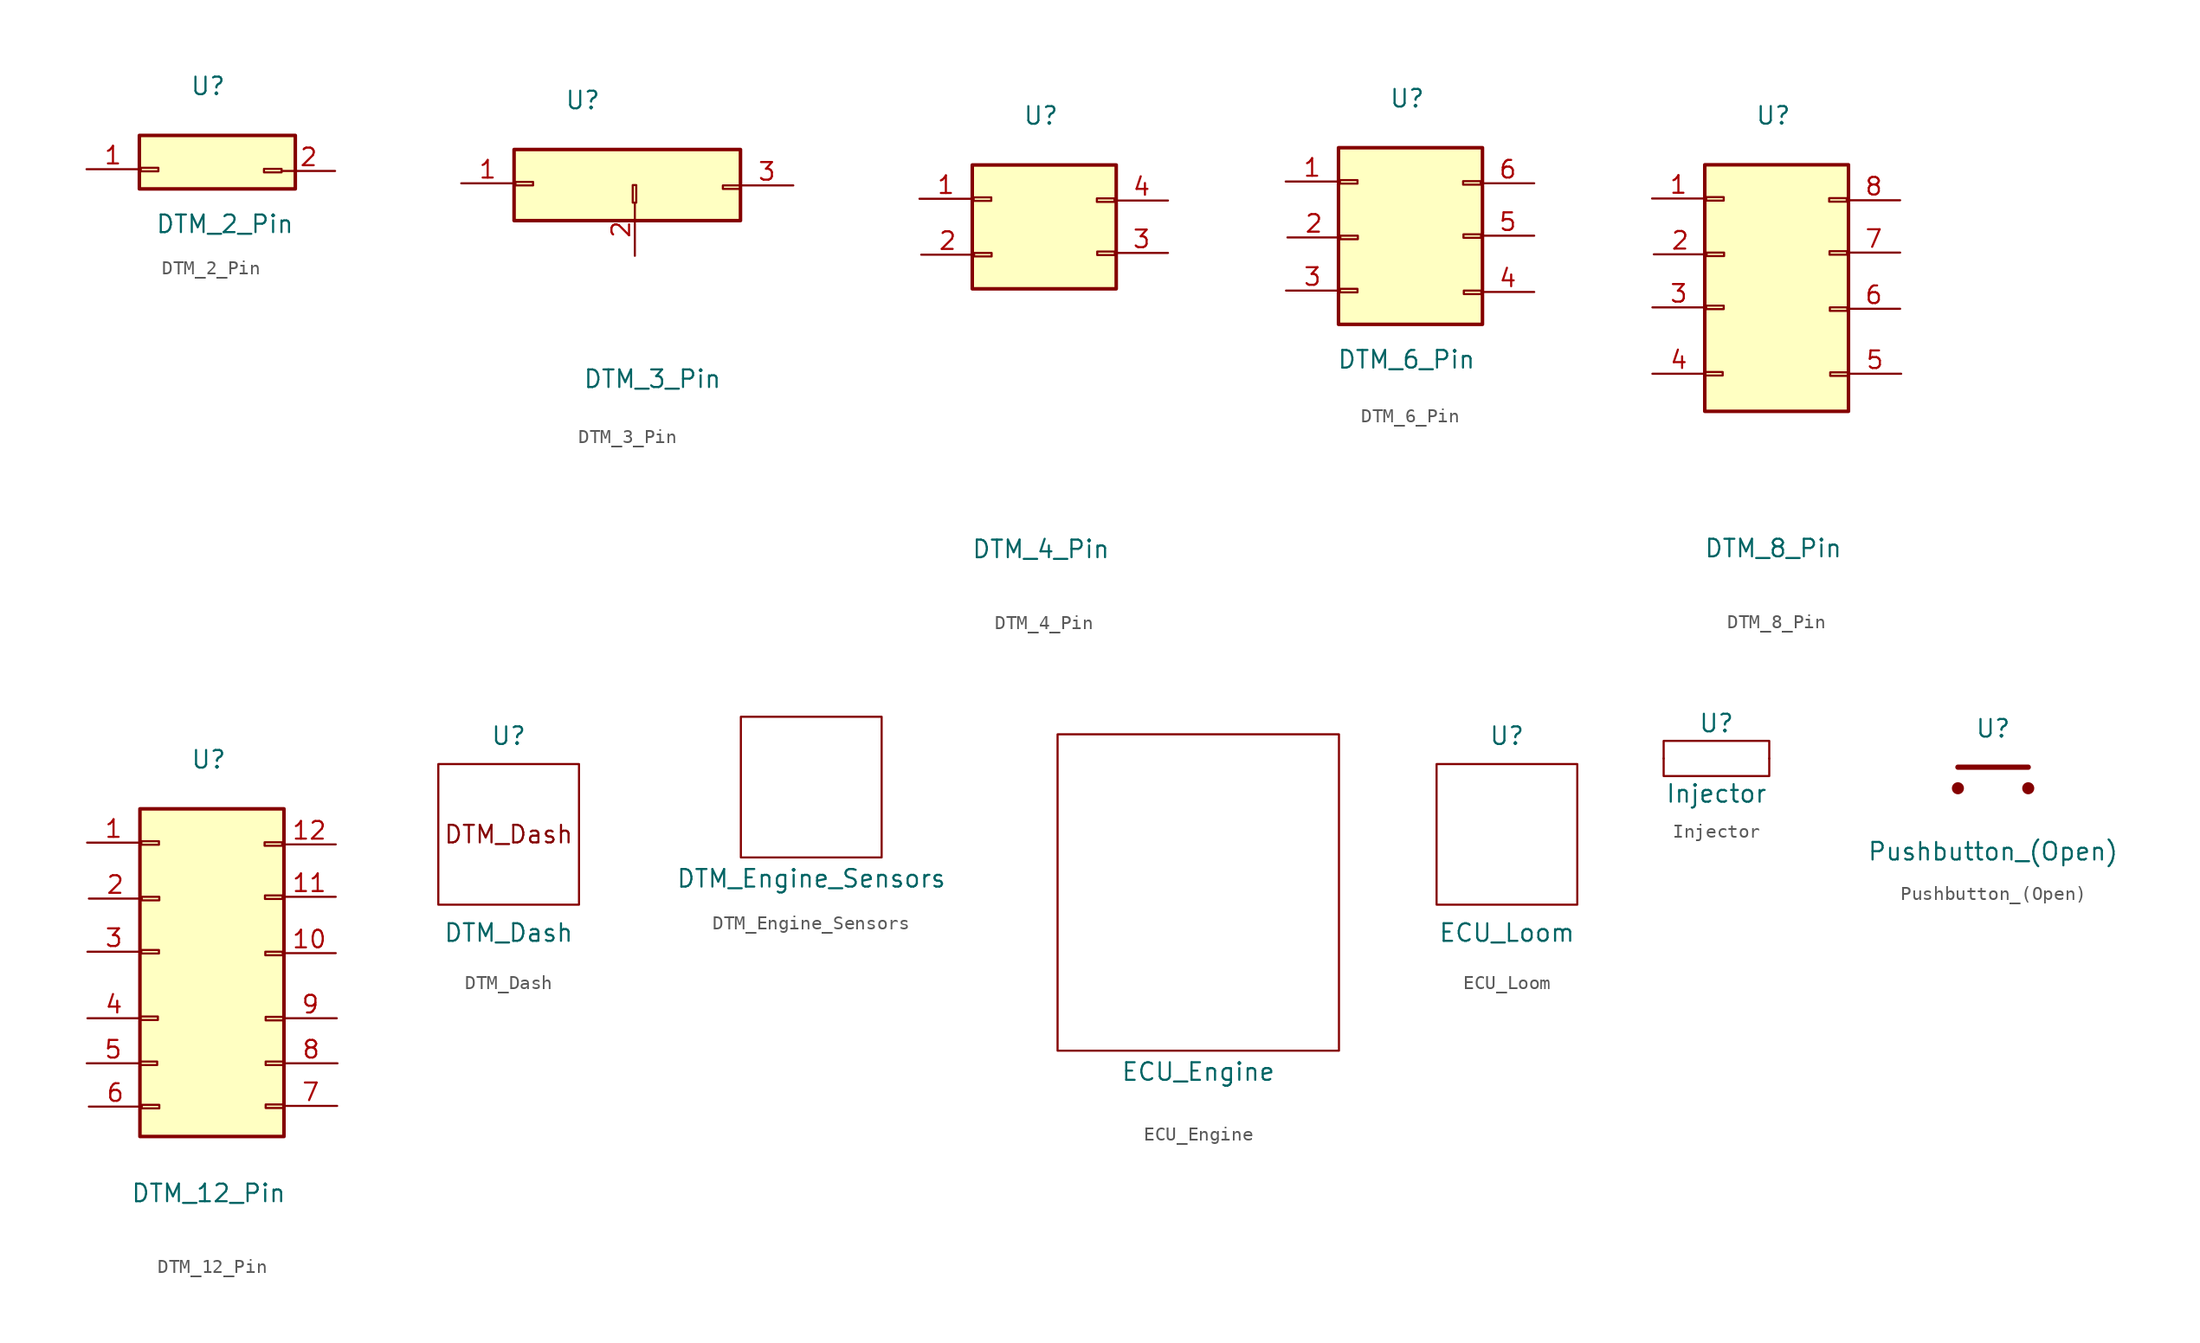
<source format=kicad_sym>
(kicad_symbol_lib
  (version 20220914)
  (generator kicad_symbol_editor)
  (symbol "DTM_2_Pin"
    (pin_names hide)
    (property "Reference" "U"
      (at 0.051 16.307 0)
      (effects (font (size 1.27 1.27))))
    (property "Value" "DTM_2_Pin"
      (at 1.27 6.35 0)
      (effects (font (size 1.27 1.27))))
    (symbol "DTM_2_Pin_1_1"
      (rectangle (start -4.902 12.751) (end 6.35 8.89) (stroke (width 0.254) (type default)) (fill (type background)))
      (rectangle (start -4.801 10.414) (end -3.531 10.16) (stroke (width 0.152) (type default)) (fill (type none)))
      (rectangle (start 5.359 10.338) (end 4.089 10.084) (stroke (width 0.152) (type default)) (fill (type none)))
      (pin passive line (at -8.712 10.312 0) (length 3.81) (name "Pin_1" (effects (font (size 1.27 1.27)))) (number "1" (effects (font (size 1.27 1.27)))))
      (pin passive line (at 9.22 10.185 180) (length 3.81) (name "Pin_2" (effects (font (size 1.27 1.27)))) (number "2" (effects (font (size 1.27 1.27)))))))
  (symbol "DTM_3_Pin"
    (pin_names hide)
    (property "Reference" "U"
      (at 0.051 16.307 0)
      (effects (font (size 1.27 1.27))))
    (property "Value" "DTM_3_Pin"
      (at 5.08 -3.81 0)
      (effects (font (size 1.27 1.27))))
    (symbol "DTM_3_Pin_1_1"
      (rectangle (start -4.902 12.751) (end 11.43 7.62) (stroke (width 0.254) (type default)) (fill (type background)))
      (rectangle (start -4.801 10.414) (end -3.531 10.16) (stroke (width 0.152) (type default)) (fill (type none)))
      (rectangle (start 3.912 8.915) (end 3.658 10.185) (stroke (width 0.152) (type default)) (fill (type none)))
      (rectangle (start 10.16 10.16) (end 11.43 9.906) (stroke (width 0.152) (type default)) (fill (type none)))
      (pin passive line (at -8.712 10.312 0) (length 3.81) (name "Pin_1" (effects (font (size 1.27 1.27)))) (number "1" (effects (font (size 1.27 1.27)))))
      (pin passive line (at 3.81 5.08 90) (length 3.81) (name "Pin_2" (effects (font (size 1.27 1.27)))) (number "2" (effects (font (size 1.27 1.27)))))
      (pin passive line (at 15.24 10.16 180) (length 3.81) (name "Pin_3" (effects (font (size 1.27 1.27)))) (number "3" (effects (font (size 1.27 1.27)))))))
  (symbol "DTM_4_Pin"
    (pin_names hide)
    (property "Reference" "U"
      (at 0.051 16.307 0)
      (effects (font (size 1.27 1.27))))
    (property "Value" "DTM_4_Pin"
      (at 0.051 -14.986 0)
      (effects (font (size 1.27 1.27))))
    (symbol "DTM_4_Pin_1_1"
      (rectangle (start -4.902 12.751) (end 5.486 3.81) (stroke (width 0.254) (type default)) (fill (type background)))
      (rectangle (start -4.801 10.414) (end -3.531 10.16) (stroke (width 0.152) (type default)) (fill (type none)))
      (rectangle (start -4.775 6.401) (end -3.505 6.147) (stroke (width 0.152) (type default)) (fill (type none)))
      (rectangle (start 5.359 10.338) (end 4.089 10.084) (stroke (width 0.152) (type default)) (fill (type none)))
      (rectangle (start 5.385 6.502) (end 4.115 6.248) (stroke (width 0.152) (type default)) (fill (type none)))
      (pin passive line (at -8.712 10.312 0) (length 3.81) (name "Pin_1" (effects (font (size 1.27 1.27)))) (number "1" (effects (font (size 1.27 1.27)))))
      (pin passive line (at -8.585 6.274 0) (length 3.81) (name "Pin_2" (effects (font (size 1.27 1.27)))) (number "2" (effects (font (size 1.27 1.27)))))
      (pin passive line (at 9.22 6.401 180) (length 3.81) (name "Pin_3" (effects (font (size 1.27 1.27)))) (number "3" (effects (font (size 1.27 1.27)))))
      (pin passive line (at 9.22 10.185 180) (length 3.81) (name "Pin_4" (effects (font (size 1.27 1.27)))) (number "4" (effects (font (size 1.27 1.27)))))))
  (symbol "DTM_6_Pin"
    (pin_names hide)
    (property "Reference" "U"
      (at 0.051 16.307 0)
      (effects (font (size 1.27 1.27))))
    (property "Value" "DTM_6_Pin"
      (at 0 -2.54 0)
      (effects (font (size 1.27 1.27))))
    (symbol "DTM_6_Pin_1_1"
      (rectangle (start -4.902 12.751) (end 5.486 0) (stroke (width 0.254) (type default)) (fill (type background)))
      (rectangle (start -4.801 2.565) (end -3.531 2.311) (stroke (width 0.152) (type default)) (fill (type none)))
      (rectangle (start -4.801 10.414) (end -3.531 10.16) (stroke (width 0.152) (type default)) (fill (type none)))
      (rectangle (start -4.775 6.401) (end -3.505 6.147) (stroke (width 0.152) (type default)) (fill (type none)))
      (rectangle (start 5.359 10.338) (end 4.089 10.084) (stroke (width 0.152) (type default)) (fill (type none)))
      (rectangle (start 5.385 6.502) (end 4.115 6.248) (stroke (width 0.152) (type default)) (fill (type none)))
      (rectangle (start 5.41 2.438) (end 4.14 2.184) (stroke (width 0.152) (type default)) (fill (type none)))
      (pin passive line (at -8.712 10.312 0) (length 3.81) (name "Pin_1" (effects (font (size 1.27 1.27)))) (number "1" (effects (font (size 1.27 1.27)))))
      (pin passive line (at -8.585 6.274 0) (length 3.81) (name "Pin_2" (effects (font (size 1.27 1.27)))) (number "2" (effects (font (size 1.27 1.27)))))
      (pin passive line (at -8.687 2.438 0) (length 3.81) (name "Pin_3" (effects (font (size 1.27 1.27)))) (number "3" (effects (font (size 1.27 1.27)))))
      (pin passive line (at 9.22 2.337 180) (length 3.81) (name "Pin_4" (effects (font (size 1.27 1.27)))) (number "4" (effects (font (size 1.27 1.27)))))
      (pin passive line (at 9.22 6.401 180) (length 3.81) (name "Pin_5" (effects (font (size 1.27 1.27)))) (number "5" (effects (font (size 1.27 1.27)))))
      (pin passive line (at 9.22 10.185 180) (length 3.81) (name "Pin_6" (effects (font (size 1.27 1.27)))) (number "6" (effects (font (size 1.27 1.27)))))))
  (symbol "DTM_8_Pin"
    (pin_names hide)
    (property "Reference" "U"
      (at 0.051 16.307 0)
      (effects (font (size 1.27 1.27))))
    (property "Value" "DTM_8_Pin"
      (at 0.051 -14.986 0)
      (effects (font (size 1.27 1.27))))
    (symbol "DTM_8_Pin_1_1"
      (rectangle (start -4.902 12.751) (end 5.486 -5.08) (stroke (width 0.254) (type default)) (fill (type background)))
      (rectangle (start -4.877 -2.235) (end -3.607 -2.489) (stroke (width 0.152) (type default)) (fill (type none)))
      (rectangle (start -4.801 2.565) (end -3.531 2.311) (stroke (width 0.152) (type default)) (fill (type none)))
      (rectangle (start -4.801 10.414) (end -3.531 10.16) (stroke (width 0.152) (type default)) (fill (type none)))
      (rectangle (start -4.775 6.401) (end -3.505 6.147) (stroke (width 0.152) (type default)) (fill (type none)))
      (rectangle (start 5.359 10.338) (end 4.089 10.084) (stroke (width 0.152) (type default)) (fill (type none)))
      (rectangle (start 5.385 6.502) (end 4.115 6.248) (stroke (width 0.152) (type default)) (fill (type none)))
      (rectangle (start 5.41 2.438) (end 4.14 2.184) (stroke (width 0.152) (type default)) (fill (type none)))
      (rectangle (start 5.436 -2.261) (end 4.166 -2.515) (stroke (width 0.152) (type default)) (fill (type none)))
      (pin passive line (at -8.712 10.312 0) (length 3.81) (name "Pin_1" (effects (font (size 1.27 1.27)))) (number "1" (effects (font (size 1.27 1.27)))))
      (pin passive line (at -8.585 6.274 0) (length 3.81) (name "Pin_2" (effects (font (size 1.27 1.27)))) (number "2" (effects (font (size 1.27 1.27)))))
      (pin passive line (at -8.687 2.438 0) (length 3.81) (name "Pin_3" (effects (font (size 1.27 1.27)))) (number "3" (effects (font (size 1.27 1.27)))))
      (pin passive line (at -8.687 -2.362 0) (length 3.81) (name "Pin_4" (effects (font (size 1.27 1.27)))) (number "4" (effects (font (size 1.27 1.27)))))
      (pin passive line (at 9.296 -2.362 180) (length 3.81) (name "Pin_5" (effects (font (size 1.27 1.27)))) (number "5" (effects (font (size 1.27 1.27)))))
      (pin passive line (at 9.22 2.337 180) (length 3.81) (name "Pin_6" (effects (font (size 1.27 1.27)))) (number "6" (effects (font (size 1.27 1.27)))))
      (pin passive line (at 9.22 6.401 180) (length 3.81) (name "Pin_7" (effects (font (size 1.27 1.27)))) (number "7" (effects (font (size 1.27 1.27)))))
      (pin passive line (at 9.22 10.185 180) (length 3.81) (name "Pin_8" (effects (font (size 1.27 1.27)))) (number "8" (effects (font (size 1.27 1.27)))))))
  (symbol "DTM_12_Pin"
    (pin_names hide)
    (property "Reference" "U"
      (at 0.051 16.307 0)
      (effects (font (size 1.27 1.27))))
    (property "Value" "DTM_12_Pin"
      (at 0.051 -14.986 0)
      (effects (font (size 1.27 1.27))))
    (symbol "DTM_12_Pin_1_1"
      (rectangle (start -4.928 -5.486) (end -3.658 -5.74) (stroke (width 0.152) (type default)) (fill (type none)))
      (rectangle (start -4.902 12.751) (end 5.486 -10.897) (stroke (width 0.254) (type default)) (fill (type background)))
      (rectangle (start -4.877 -2.235) (end -3.607 -2.489) (stroke (width 0.152) (type default)) (fill (type none)))
      (rectangle (start -4.801 2.565) (end -3.531 2.311) (stroke (width 0.152) (type default)) (fill (type none)))
      (rectangle (start -4.801 10.414) (end -3.531 10.16) (stroke (width 0.152) (type default)) (fill (type none)))
      (rectangle (start -4.775 -8.611) (end -3.505 -8.865) (stroke (width 0.152) (type default)) (fill (type none)))
      (rectangle (start -4.775 6.401) (end -3.505 6.147) (stroke (width 0.152) (type default)) (fill (type none)))
      (rectangle (start 5.359 10.338) (end 4.089 10.084) (stroke (width 0.152) (type default)) (fill (type none)))
      (rectangle (start 5.385 6.502) (end 4.115 6.248) (stroke (width 0.152) (type default)) (fill (type none)))
      (rectangle (start 5.41 2.438) (end 4.14 2.184) (stroke (width 0.152) (type default)) (fill (type none)))
      (rectangle (start 5.436 -8.585) (end 4.166 -8.839) (stroke (width 0.152) (type default)) (fill (type none)))
      (rectangle (start 5.436 -5.486) (end 4.166 -5.74) (stroke (width 0.152) (type default)) (fill (type none)))
      (rectangle (start 5.436 -2.261) (end 4.166 -2.515) (stroke (width 0.152) (type default)) (fill (type none)))
      (pin passive line (at -8.712 10.312 0) (length 3.81) (name "Pin_1" (effects (font (size 1.27 1.27)))) (number "1" (effects (font (size 1.27 1.27)))))
      (pin passive line (at 9.22 2.337 180) (length 3.81) (name "Pin_10" (effects (font (size 1.27 1.27)))) (number "10" (effects (font (size 1.27 1.27)))))
      (pin passive line (at 9.22 6.401 180) (length 3.81) (name "Pin_11" (effects (font (size 1.27 1.27)))) (number "11" (effects (font (size 1.27 1.27)))))
      (pin passive line (at 9.22 10.185 180) (length 3.81) (name "Pin_12" (effects (font (size 1.27 1.27)))) (number "12" (effects (font (size 1.27 1.27)))))
      (pin passive line (at -8.585 6.274 0) (length 3.81) (name "Pin_2" (effects (font (size 1.27 1.27)))) (number "2" (effects (font (size 1.27 1.27)))))
      (pin passive line (at -8.687 2.438 0) (length 3.81) (name "Pin_3" (effects (font (size 1.27 1.27)))) (number "3" (effects (font (size 1.27 1.27)))))
      (pin passive line (at -8.687 -2.362 0) (length 3.81) (name "Pin_4" (effects (font (size 1.27 1.27)))) (number "4" (effects (font (size 1.27 1.27)))))
      (pin passive line (at -8.738 -5.613 0) (length 3.81) (name "Pin_5" (effects (font (size 1.27 1.27)))) (number "5" (effects (font (size 1.27 1.27)))))
      (pin passive line (at -8.585 -8.738 0) (length 3.81) (name "Pin_6" (effects (font (size 1.27 1.27)))) (number "6" (effects (font (size 1.27 1.27)))))
      (pin passive line (at 9.322 -8.687 180) (length 3.81) (name "Pin_7" (effects (font (size 1.27 1.27)))) (number "7" (effects (font (size 1.27 1.27)))))
      (pin passive line (at 9.347 -5.613 180) (length 3.81) (name "Pin_8" (effects (font (size 1.27 1.27)))) (number "8" (effects (font (size 1.27 1.27)))))
      (pin passive line (at 9.296 -2.362 180) (length 3.81) (name "Pin_9" (effects (font (size 1.27 1.27)))) (number "9" (effects (font (size 1.27 1.27)))))))
  (symbol "DTM_Dash"
    (property "Reference" "U"
      (at 0 7.112 0)
      (effects (font (size 1.27 1.27))))
    (property "Value" "DTM_Dash"
      (at 0 -7.112 0)
      (effects (font (size 1.27 1.27))))
    (symbol "DTM_Dash_0_0"
      (rectangle (start -5.08 5.08) (end 5.08 -5.08) (stroke (width 0) (type default)) (fill (type none)))
      (text "DTM_Dash" (at 0 0 0) (effects (font (size 1.27 1.27))))))
  (symbol "DTM_Engine_Sensors"
    (property "Reference" "U"
      (at 0 0 0)
      (effects (font (size 1.27 1.27)) hide))
    (property "Value" "DTM_Engine_Sensors"
      (at 0 -6.604 0)
      (effects (font (size 1.27 1.27))))
    (symbol "DTM_Engine_Sensors_0_0"
      (rectangle (start -5.08 5.08) (end 5.08 -5.08) (stroke (width 0) (type default)) (fill (type none)))))
  (symbol "ECU_Engine"
    (property "Reference" "U"
      (at 0 9.398 0)
      (effects (font (size 1.27 1.27)) hide))
    (property "Value" "ECU_Engine"
      (at 0 -12.7 0)
      (effects (font (size 1.27 1.27))))
    (symbol "ECU_Engine_0_1"
      (rectangle (start -10.16 11.684) (end 10.16 -11.176) (stroke (width 0) (type default)) (fill (type none)))))
  (symbol "ECU_Loom"
    (property "Reference" "U"
      (at 0 7.112 0)
      (effects (font (size 1.27 1.27))))
    (property "Value" "ECU_Loom"
      (at 0 -7.112 0)
      (effects (font (size 1.27 1.27))))
    (symbol "ECU_Loom_0_0"
      (rectangle (start -5.08 5.08) (end 5.08 -5.08) (stroke (width 0) (type default)) (fill (type none)))))
  (symbol "Injector"
    (property "Reference" "U"
      (at 0 2.54 0)
      (effects (font (size 1.27 1.27))))
    (property "Value" "Injector"
      (at 0 -2.54 0)
      (effects (font (size 1.27 1.27))))
    (symbol "Injector_0_1"
      (rectangle (start -3.81 1.27) (end 3.81 -1.27) (stroke (width 0) (type default)) (fill (type none))))
    (symbol "Injector_1_1"
      (pin input line (at -3.81 0 180) (length 0) (name "" (effects (font (size 1.27 1.27)))) (number "" (effects (font (size 1.27 1.27)))))
      (pin input line (at 3.81 0 0) (length 0) (name "" (effects (font (size 1.27 1.27)))) (number "" (effects (font (size 1.27 1.27)))))))
  (symbol "Pushbutton_(Open)"
    (property "Reference" "U"
      (at 0 4.318 0)
      (effects (font (size 1.27 1.27))))
    (property "Value" "Pushbutton_(Open)"
      (at 0 -4.572 0)
      (effects (font (size 1.27 1.27))))
    (symbol "Pushbutton_(Open)_0_1"
      (circle (center -2.54 0) (radius 0.359) (stroke (width 0) (type default)) (fill (type outline)))
      (polyline (pts (xy -2.54 1.524) (xy 2.54 1.524)) (stroke (width 0.381) (type default)) (fill (type none)))
      (circle (center 2.54 0) (radius 0.359) (stroke (width 0) (type default)) (fill (type outline))))
    (symbol "Pushbutton_(Open)_1_1"
      (pin input line (at -2.54 0 0) (length 0) (name "" (effects (font (size 1.27 1.27)))) (number "" (effects (font (size 1.27 1.27)))))
      (pin input line (at 2.54 0 0) (length 0) (name "" (effects (font (size 1.27 1.27)))) (number "" (effects (font (size 1.27 1.27))))))))
</source>
